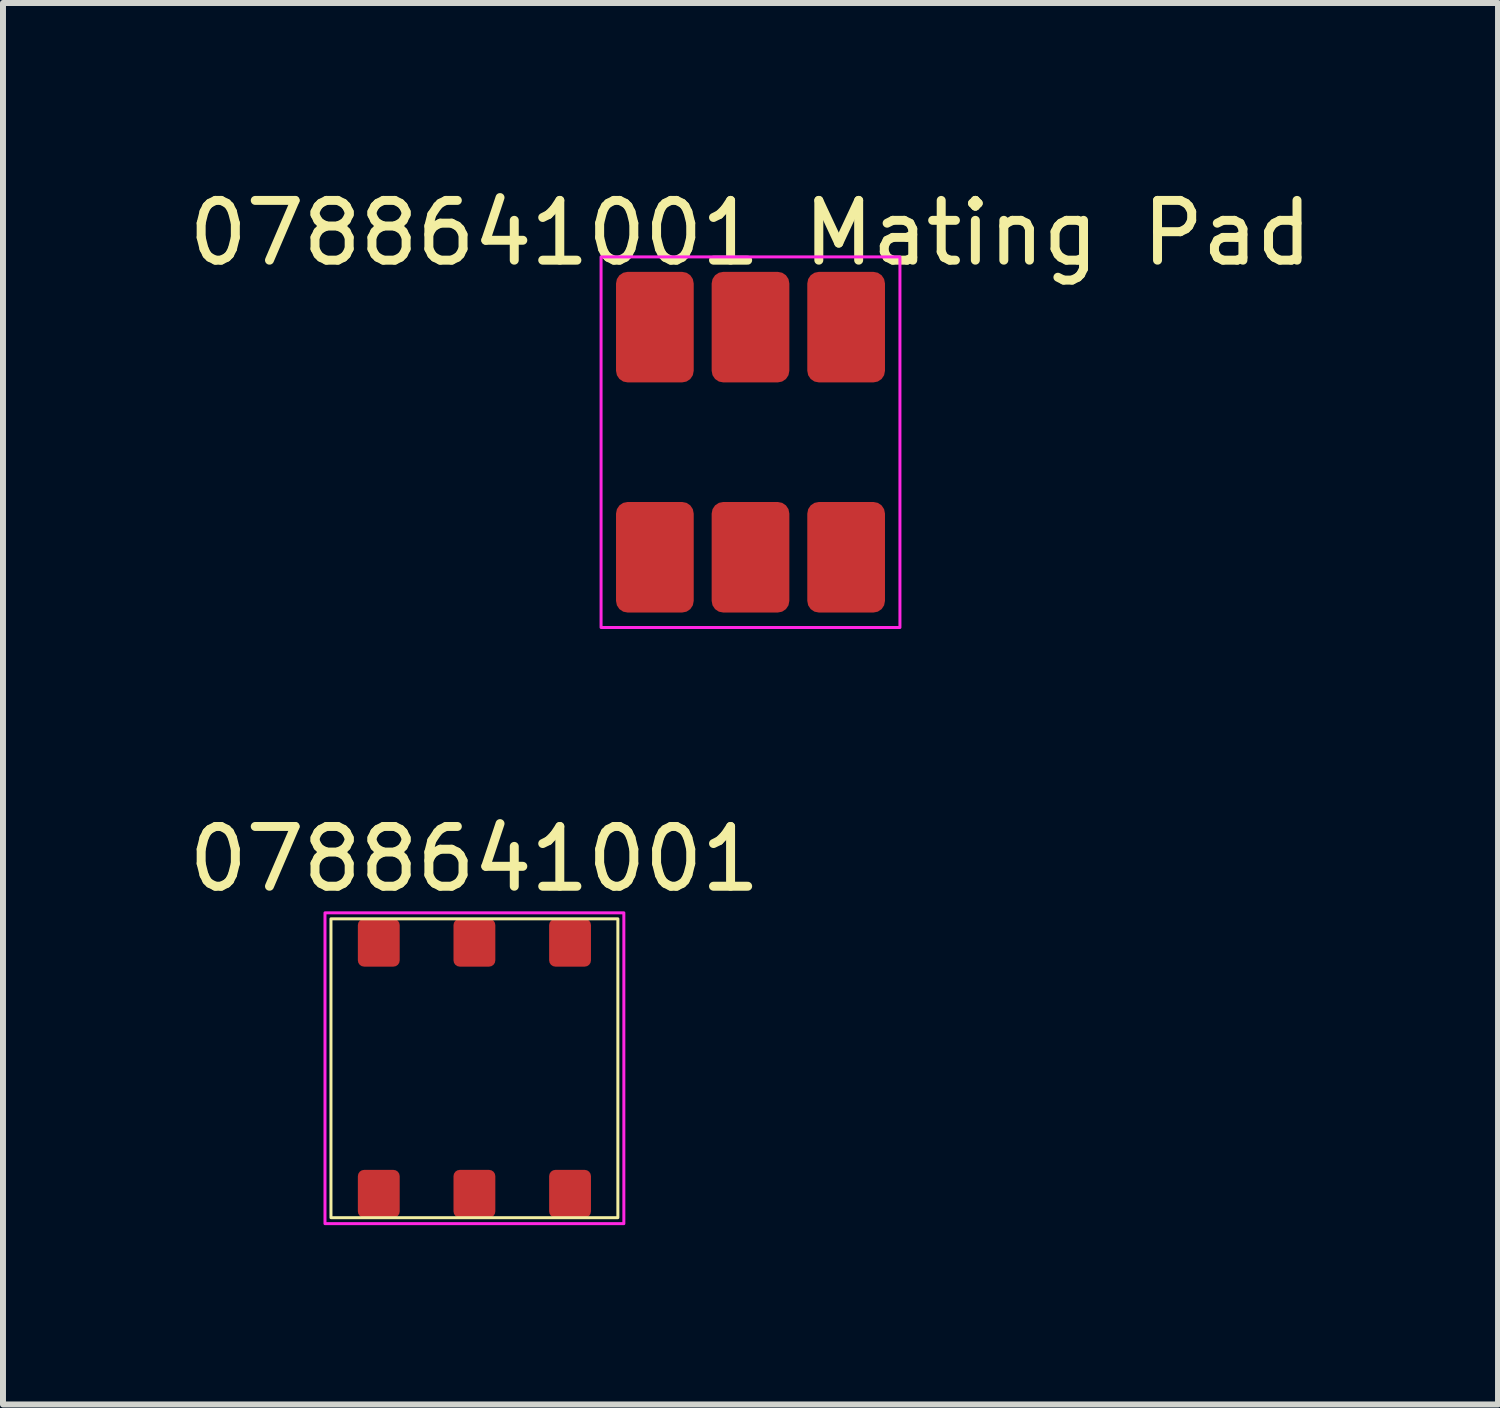
<source format=kicad_pcb>
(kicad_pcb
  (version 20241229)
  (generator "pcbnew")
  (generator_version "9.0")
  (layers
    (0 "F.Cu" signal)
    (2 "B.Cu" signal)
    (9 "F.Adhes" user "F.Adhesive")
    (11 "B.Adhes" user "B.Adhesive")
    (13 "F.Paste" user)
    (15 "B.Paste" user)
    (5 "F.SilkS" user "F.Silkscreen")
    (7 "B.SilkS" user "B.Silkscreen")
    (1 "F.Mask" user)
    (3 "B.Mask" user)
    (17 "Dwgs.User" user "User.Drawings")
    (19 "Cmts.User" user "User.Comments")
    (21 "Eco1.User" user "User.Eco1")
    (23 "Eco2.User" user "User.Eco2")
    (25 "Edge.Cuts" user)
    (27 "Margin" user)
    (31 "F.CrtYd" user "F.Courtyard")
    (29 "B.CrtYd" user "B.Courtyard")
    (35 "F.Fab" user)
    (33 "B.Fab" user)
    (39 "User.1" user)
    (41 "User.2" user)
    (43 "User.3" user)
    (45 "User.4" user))
  (footprint "0788641001"
    (layer "F.Cu")
    (at 4.887 14.822)
    (property "Reference" "0788641001" (at 0 -3.5 0) (unlocked yes) (layer "F.SilkS") (effects (font (size 1 1) (thickness 0.15))))
    (attr smd)
    (fp_rect (start -2.4 -2.5) (end 2.4 2.5) (stroke (width 0.05) (type solid)) (fill no) (layer "F.SilkS"))
    (fp_rect (start -2.5 -2.6) (end 2.5 2.6) (stroke (width 0.05) (type solid)) (fill no) (layer "F.CrtYd"))
    (pad "1" smd roundrect (at -1.6 2.1) (size 0.7 0.8) (layers "F.Cu" "F.Mask" "F.Paste") (roundrect_rratio 0.15))
    (pad "2" smd roundrect (at 0 2.1) (size 0.7 0.8) (layers "F.Cu" "F.Mask" "F.Paste") (roundrect_rratio 0.15))
    (pad "3" smd roundrect (at 1.6 2.1) (size 0.7 0.8) (layers "F.Cu" "F.Mask" "F.Paste") (roundrect_rratio 0.15))
    (pad "4" smd roundrect (at 1.6 -2.1) (size 0.7 0.8) (layers "F.Cu" "F.Mask" "F.Paste") (roundrect_rratio 0.15))
    (pad "5" smd roundrect (at 0 -2.1) (size 0.7 0.8) (layers "F.Cu" "F.Mask" "F.Paste") (roundrect_rratio 0.15))
    (pad "6" smd roundrect (at -1.6 -2.1) (size 0.7 0.8) (layers "F.Cu" "F.Mask" "F.Paste") (roundrect_rratio 0.15)))
  (footprint "0788641001 Mating Pad"
    (layer "F.Cu")
    (at 9.506 4.348)
    (property "Reference" "0788641001 Mating Pad" (at 0 -3.5 0) (unlocked yes) (layer "F.SilkS") (effects (font (size 1 1) (thickness 0.15))))
    (attr smd)
    (fp_rect (start -2.5 -3.1) (end 2.5 3.1) (stroke (width 0.05) (type solid)) (fill no) (layer "F.CrtYd"))
    (pad "1" smd roundrect (at -1.6 -1.925) (size 1.3 1.85) (layers "F.Cu" "F.Mask" "F.Paste") (roundrect_rratio 0.15))
    (pad "2" smd roundrect (at 0 -1.925) (size 1.3 1.85) (layers "F.Cu" "F.Mask" "F.Paste") (roundrect_rratio 0.15))
    (pad "3" smd roundrect (at 1.6 -1.925) (size 1.3 1.85) (layers "F.Cu" "F.Mask" "F.Paste") (roundrect_rratio 0.15))
    (pad "4" smd roundrect (at 1.6 1.925) (size 1.3 1.85) (layers "F.Cu" "F.Mask" "F.Paste") (roundrect_rratio 0.15))
    (pad "5" smd roundrect (at 0 1.925) (size 1.3 1.85) (layers "F.Cu" "F.Mask" "F.Paste") (roundrect_rratio 0.15))
    (pad "6" smd roundrect (at -1.6 1.925) (size 1.3 1.85) (layers "F.Cu" "F.Mask" "F.Paste") (roundrect_rratio 0.15)))
  (gr_rect
    (start -3 -3)
    (end 22.012 20.447)
    (stroke (width 0.1) (type default))
    (fill no)
    (layer "Edge.Cuts")))
</source>
